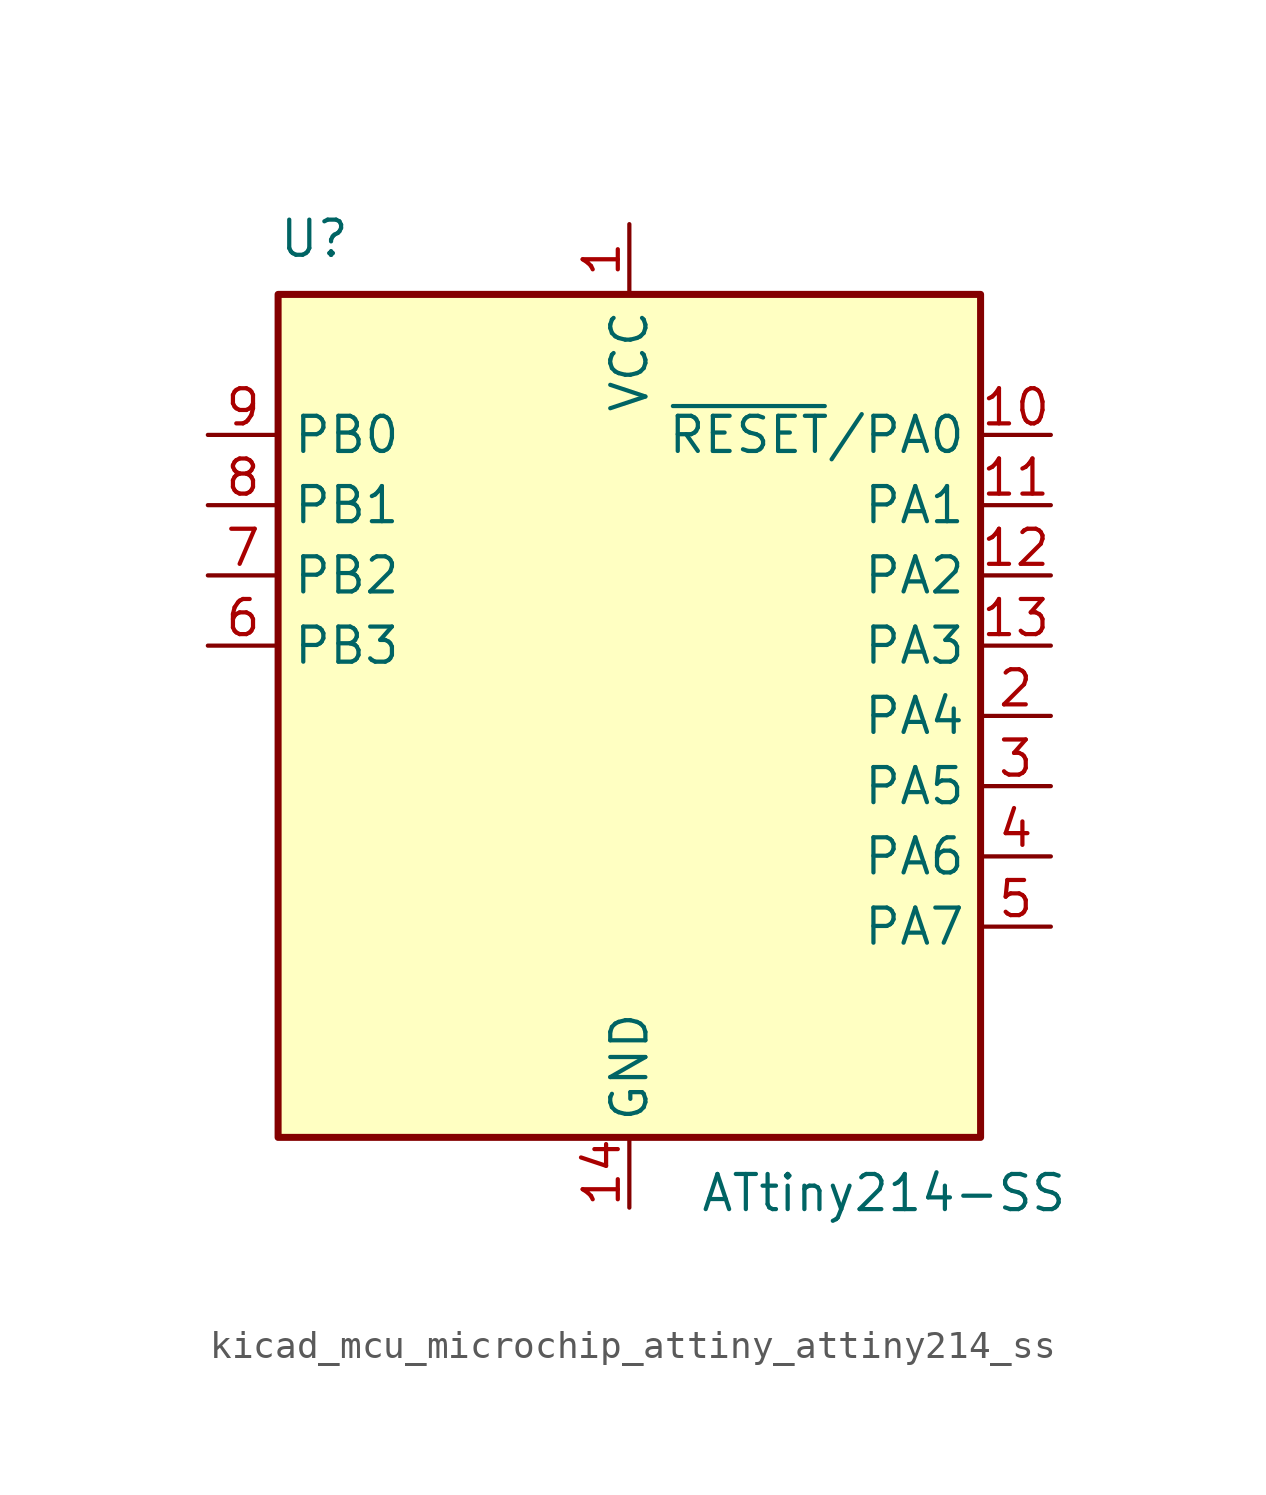
<source format=kicad_sym>
(kicad_symbol_lib
  (version 20220914)
  (generator kicad_symbol_editor)
  (symbol "kicad_mcu_microchip_attiny_attiny214_ss"
    (property "Reference" "U"
      (at -12.7 16.51 0)
      (effects (font (size 1.27 1.27)) (justify left bottom)))
    (property "Value" "ATtiny214-SS"
      (at 2.54 -16.51 0)
      (effects (font (size 1.27 1.27)) (justify left top)))
    (symbol "kicad_mcu_microchip_attiny_attiny214_ss_0_1"
      (rectangle (start -12.7 -15.24) (end 12.7 15.24) (stroke (width 0.254) (type default)) (fill (type background))))
    (symbol "kicad_mcu_microchip_attiny_attiny214_ss_1_1"
      (pin power_in line (at 0 17.78 270) (length 2.54) (name "VCC" (effects (font (size 1.27 1.27)))) (number "1" (effects (font (size 1.27 1.27)))))
      (pin bidirectional line (at 15.24 10.16 180) (length 2.54) (name "~{RESET}/PA0" (effects (font (size 1.27 1.27)))) (number "10" (effects (font (size 1.27 1.27)))))
      (pin bidirectional line (at 15.24 7.62 180) (length 2.54) (name "PA1" (effects (font (size 1.27 1.27)))) (number "11" (effects (font (size 1.27 1.27)))))
      (pin bidirectional line (at 15.24 5.08 180) (length 2.54) (name "PA2" (effects (font (size 1.27 1.27)))) (number "12" (effects (font (size 1.27 1.27)))))
      (pin bidirectional line (at 15.24 2.54 180) (length 2.54) (name "PA3" (effects (font (size 1.27 1.27)))) (number "13" (effects (font (size 1.27 1.27)))))
      (pin power_in line (at 0 -17.78 90) (length 2.54) (name "GND" (effects (font (size 1.27 1.27)))) (number "14" (effects (font (size 1.27 1.27)))))
      (pin bidirectional line (at 15.24 0 180) (length 2.54) (name "PA4" (effects (font (size 1.27 1.27)))) (number "2" (effects (font (size 1.27 1.27)))))
      (pin bidirectional line (at 15.24 -2.54 180) (length 2.54) (name "PA5" (effects (font (size 1.27 1.27)))) (number "3" (effects (font (size 1.27 1.27)))))
      (pin bidirectional line (at 15.24 -5.08 180) (length 2.54) (name "PA6" (effects (font (size 1.27 1.27)))) (number "4" (effects (font (size 1.27 1.27)))))
      (pin bidirectional line (at 15.24 -7.62 180) (length 2.54) (name "PA7" (effects (font (size 1.27 1.27)))) (number "5" (effects (font (size 1.27 1.27)))))
      (pin bidirectional line (at -15.24 2.54 0) (length 2.54) (name "PB3" (effects (font (size 1.27 1.27)))) (number "6" (effects (font (size 1.27 1.27)))))
      (pin bidirectional line (at -15.24 5.08 0) (length 2.54) (name "PB2" (effects (font (size 1.27 1.27)))) (number "7" (effects (font (size 1.27 1.27)))))
      (pin bidirectional line (at -15.24 7.62 0) (length 2.54) (name "PB1" (effects (font (size 1.27 1.27)))) (number "8" (effects (font (size 1.27 1.27)))))
      (pin bidirectional line (at -15.24 10.16 0) (length 2.54) (name "PB0" (effects (font (size 1.27 1.27)))) (number "9" (effects (font (size 1.27 1.27))))))))
</source>
